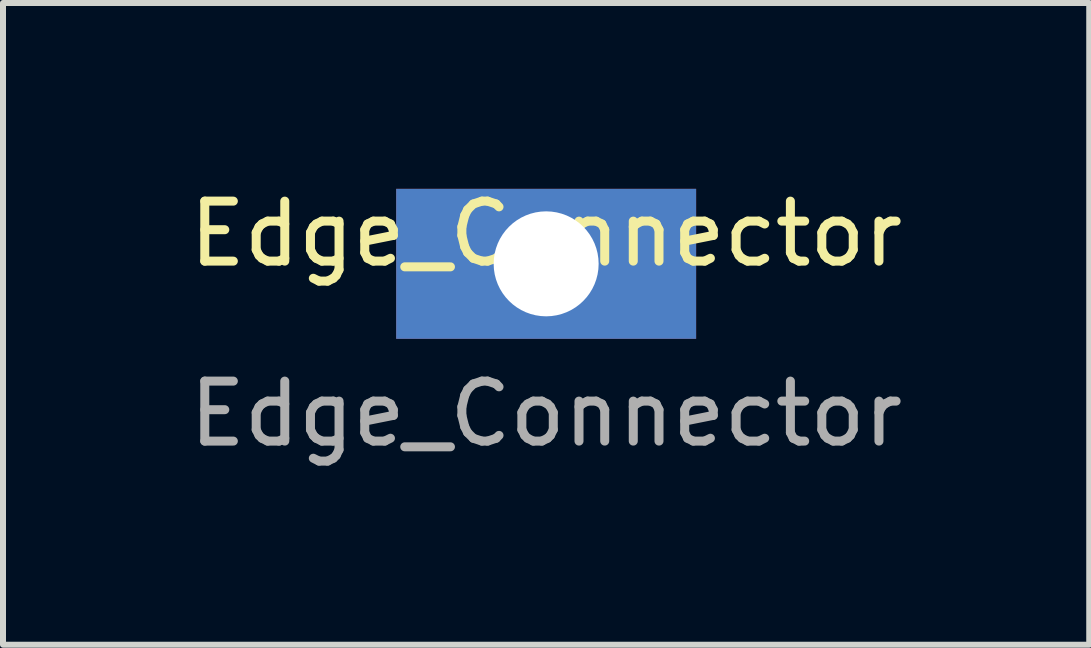
<source format=kicad_pcb>
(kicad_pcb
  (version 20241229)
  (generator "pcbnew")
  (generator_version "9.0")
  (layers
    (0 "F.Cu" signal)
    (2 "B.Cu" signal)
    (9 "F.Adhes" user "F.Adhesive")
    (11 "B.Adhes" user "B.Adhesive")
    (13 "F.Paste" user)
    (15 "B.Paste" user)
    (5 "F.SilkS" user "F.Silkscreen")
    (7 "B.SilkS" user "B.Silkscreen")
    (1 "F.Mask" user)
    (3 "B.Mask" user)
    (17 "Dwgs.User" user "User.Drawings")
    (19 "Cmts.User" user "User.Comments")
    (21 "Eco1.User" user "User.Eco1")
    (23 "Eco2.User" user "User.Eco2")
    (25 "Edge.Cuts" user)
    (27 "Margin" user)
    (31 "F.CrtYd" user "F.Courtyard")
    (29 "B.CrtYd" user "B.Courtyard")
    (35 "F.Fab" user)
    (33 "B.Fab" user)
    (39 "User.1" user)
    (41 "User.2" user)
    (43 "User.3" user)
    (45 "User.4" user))
  (footprint "Edge_Connector"
    (layer "F.Cu")
    (at 6.054 1.348)
    (property "Reference" "Edge_Connector" (at 0 -0.5 0) (unlocked yes) (layer "F.SilkS") (effects (font (size 1 1) (thickness 0.15))))
    (attr smd)
    (fp_text user "${REFERENCE}" (at 0 2.5 0) (unlocked yes) (layer "F.Fab") (effects (font (size 1 1) (thickness 0.15))))
    (pad "1" thru_hole custom (at 0 0) (size 5 2.5) (drill 1.75) (layers "*.Cu" "*.Mask") (options (anchor rect)) (primitives)))
  (gr_rect
    (start -3 -3)
    (end 15.107 7.697)
    (stroke (width 0.1) (type default))
    (fill no)
    (layer "Edge.Cuts")))
</source>
